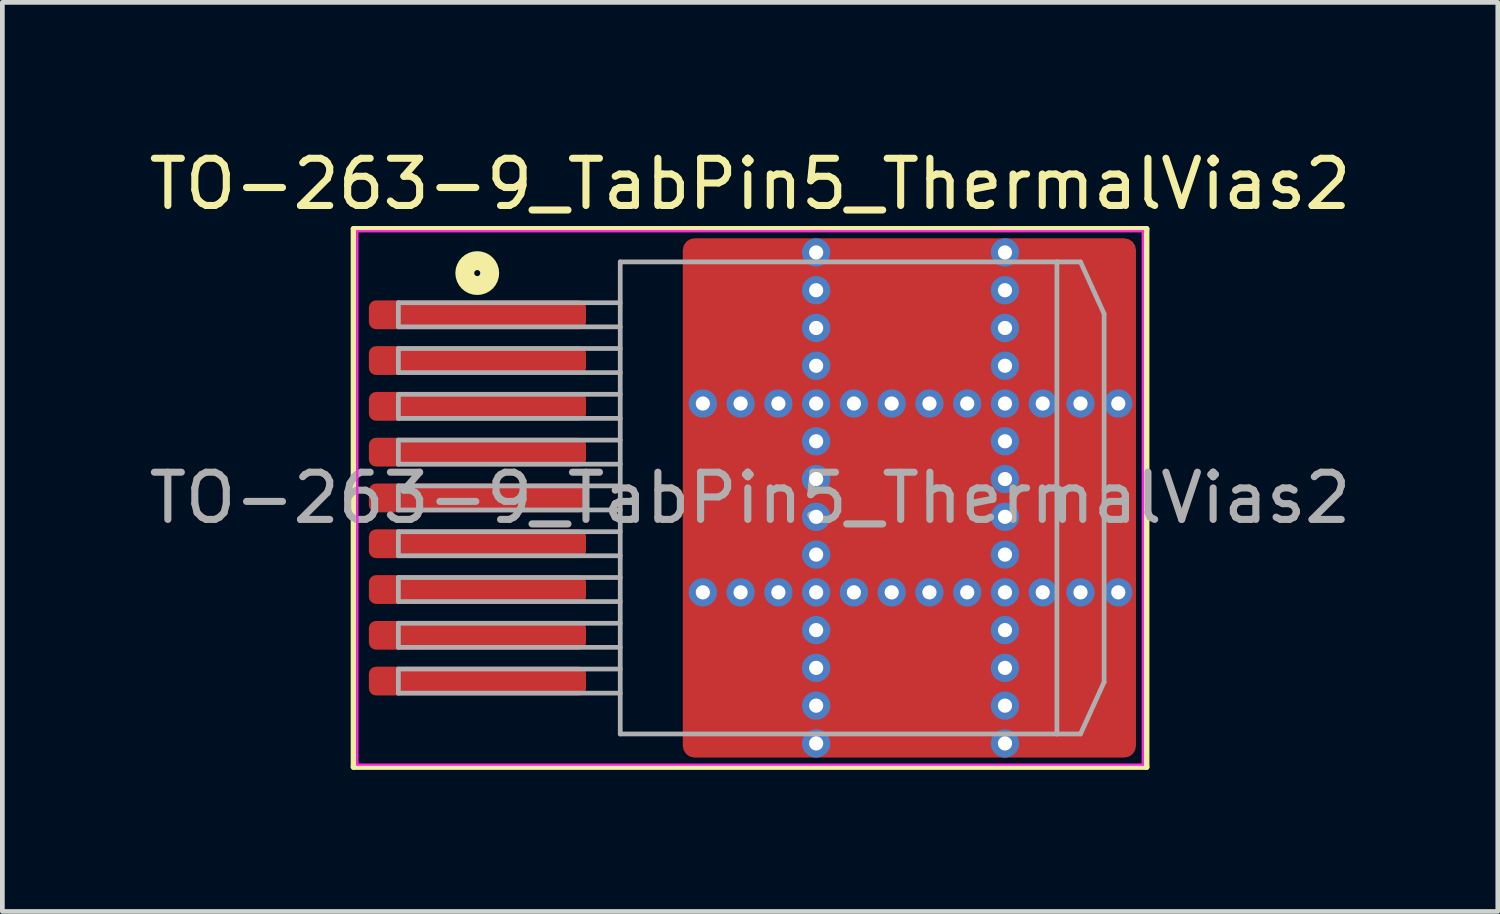
<source format=kicad_pcb>
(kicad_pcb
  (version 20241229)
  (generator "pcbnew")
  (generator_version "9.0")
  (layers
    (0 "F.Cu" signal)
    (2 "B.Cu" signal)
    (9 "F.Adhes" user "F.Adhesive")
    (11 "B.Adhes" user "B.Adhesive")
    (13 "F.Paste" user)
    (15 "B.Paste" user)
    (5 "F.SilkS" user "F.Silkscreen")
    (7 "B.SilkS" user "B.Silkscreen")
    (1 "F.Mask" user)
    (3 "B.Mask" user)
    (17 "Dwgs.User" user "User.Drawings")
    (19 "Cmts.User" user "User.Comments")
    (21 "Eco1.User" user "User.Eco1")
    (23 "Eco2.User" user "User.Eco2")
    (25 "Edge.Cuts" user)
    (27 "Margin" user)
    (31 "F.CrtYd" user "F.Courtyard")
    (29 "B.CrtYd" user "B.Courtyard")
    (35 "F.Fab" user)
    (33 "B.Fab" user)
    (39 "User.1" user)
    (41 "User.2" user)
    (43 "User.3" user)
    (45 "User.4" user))
  (footprint "TO-263-9_TabPin5_ThermalVias2"
    (layer "F.Cu")
    (at 12.839 7.498)
    (property "Reference" "TO-263-9_TabPin5_ThermalVias2" (at 0 -6.65 0) (layer "F.SilkS") (effects (font (size 1 1) (thickness 0.15))))
    (attr smd)
    (fp_line (start -8.4 -5.7) (end -8.4 5.7) (stroke (width 0.12) (type solid)) (layer "F.SilkS"))
    (fp_line (start -8.4 5.7) (end 8.4 5.7) (stroke (width 0.12) (type solid)) (layer "F.SilkS"))
    (fp_line (start 8.4 -5.7) (end -8.4 -5.7) (stroke (width 0.12) (type solid)) (layer "F.SilkS"))
    (fp_line (start 8.4 5.7) (end 8.4 -5.7) (stroke (width 0.12) (type solid)) (layer "F.SilkS"))
    (fp_circle (center -5.779 -4.763) (end -5.715 -4.763) (stroke (width 0.4) (type solid)) (fill no) (layer "F.SilkS"))
    (fp_line (start -8.32 -5.65) (end -8.32 5.65) (stroke (width 0.05) (type solid)) (layer "F.CrtYd"))
    (fp_line (start -8.32 5.65) (end 8.32 5.65) (stroke (width 0.05) (type solid)) (layer "F.CrtYd"))
    (fp_line (start 8.32 -5.65) (end -8.32 -5.65) (stroke (width 0.05) (type solid)) (layer "F.CrtYd"))
    (fp_line (start 8.32 5.65) (end 8.32 -5.65) (stroke (width 0.05) (type solid)) (layer "F.CrtYd"))
    (fp_line (start -7.45 -4.135) (end -7.45 -3.625) (stroke (width 0.1) (type solid)) (layer "F.Fab"))
    (fp_line (start -7.45 -3.625) (end -2.75 -3.625) (stroke (width 0.1) (type solid)) (layer "F.Fab"))
    (fp_line (start -7.45 -3.165) (end -7.45 -2.655) (stroke (width 0.1) (type solid)) (layer "F.Fab"))
    (fp_line (start -7.45 -2.655) (end -2.75 -2.655) (stroke (width 0.1) (type solid)) (layer "F.Fab"))
    (fp_line (start -7.45 -2.195) (end -7.45 -1.685) (stroke (width 0.1) (type solid)) (layer "F.Fab"))
    (fp_line (start -7.45 -1.685) (end -2.75 -1.685) (stroke (width 0.1) (type solid)) (layer "F.Fab"))
    (fp_line (start -7.45 -1.225) (end -7.45 -0.715) (stroke (width 0.1) (type solid)) (layer "F.Fab"))
    (fp_line (start -7.45 -0.715) (end -2.75 -0.715) (stroke (width 0.1) (type solid)) (layer "F.Fab"))
    (fp_line (start -7.45 -0.255) (end -7.45 0.255) (stroke (width 0.1) (type solid)) (layer "F.Fab"))
    (fp_line (start -7.45 0.255) (end -2.75 0.255) (stroke (width 0.1) (type solid)) (layer "F.Fab"))
    (fp_line (start -7.45 0.715) (end -7.45 1.225) (stroke (width 0.1) (type solid)) (layer "F.Fab"))
    (fp_line (start -7.45 1.225) (end -2.75 1.225) (stroke (width 0.1) (type solid)) (layer "F.Fab"))
    (fp_line (start -7.45 1.685) (end -7.45 2.195) (stroke (width 0.1) (type solid)) (layer "F.Fab"))
    (fp_line (start -7.45 2.195) (end -2.75 2.195) (stroke (width 0.1) (type solid)) (layer "F.Fab"))
    (fp_line (start -7.45 2.655) (end -7.45 3.165) (stroke (width 0.1) (type solid)) (layer "F.Fab"))
    (fp_line (start -7.45 3.165) (end -2.75 3.165) (stroke (width 0.1) (type solid)) (layer "F.Fab"))
    (fp_line (start -7.45 3.625) (end -7.45 4.135) (stroke (width 0.1) (type solid)) (layer "F.Fab"))
    (fp_line (start -7.45 4.135) (end -2.75 4.135) (stroke (width 0.1) (type solid)) (layer "F.Fab"))
    (fp_line (start -2.75 -5) (end 6.5 -5) (stroke (width 0.1) (type solid)) (layer "F.Fab"))
    (fp_line (start -2.75 -4.135) (end -7.45 -4.135) (stroke (width 0.1) (type solid)) (layer "F.Fab"))
    (fp_line (start -2.75 -3.165) (end -7.45 -3.165) (stroke (width 0.1) (type solid)) (layer "F.Fab"))
    (fp_line (start -2.75 -2.195) (end -7.45 -2.195) (stroke (width 0.1) (type solid)) (layer "F.Fab"))
    (fp_line (start -2.75 -1.225) (end -7.45 -1.225) (stroke (width 0.1) (type solid)) (layer "F.Fab"))
    (fp_line (start -2.75 -0.255) (end -7.45 -0.255) (stroke (width 0.1) (type solid)) (layer "F.Fab"))
    (fp_line (start -2.75 0.715) (end -7.45 0.715) (stroke (width 0.1) (type solid)) (layer "F.Fab"))
    (fp_line (start -2.75 1.685) (end -7.45 1.685) (stroke (width 0.1) (type solid)) (layer "F.Fab"))
    (fp_line (start -2.75 2.655) (end -7.45 2.655) (stroke (width 0.1) (type solid)) (layer "F.Fab"))
    (fp_line (start -2.75 3.625) (end -7.45 3.625) (stroke (width 0.1) (type solid)) (layer "F.Fab"))
    (fp_line (start -2.75 5) (end -2.75 -5) (stroke (width 0.1) (type solid)) (layer "F.Fab"))
    (fp_line (start 6.5 -5) (end 6.5 5) (stroke (width 0.1) (type solid)) (layer "F.Fab"))
    (fp_line (start 6.5 -5) (end 7 -5) (stroke (width 0.1) (type solid)) (layer "F.Fab"))
    (fp_line (start 6.5 5) (end -2.75 5) (stroke (width 0.1) (type solid)) (layer "F.Fab"))
    (fp_line (start 6.5 5) (end 7 5) (stroke (width 0.1) (type solid)) (layer "F.Fab"))
    (fp_line (start 7 -5) (end 7.5 -3.9) (stroke (width 0.1) (type solid)) (layer "F.Fab"))
    (fp_line (start 7 5) (end 7.5 3.9) (stroke (width 0.1) (type solid)) (layer "F.Fab"))
    (fp_line (start 7.5 -3.9) (end 7.5 3.9) (stroke (width 0.1) (type solid)) (layer "F.Fab"))
    (fp_text user "${REFERENCE}" (at 0 0 0) (layer "F.Fab") (effects (font (size 1 1) (thickness 0.15))))
    (pad "" smd roundrect (at -0.675 -4.6 90) (size 1.2 0.95) (layers "F.Paste") (roundrect_rratio 0.25))
    (pad "" smd roundrect (at -0.675 -3.1 90) (size 1.2 0.95) (layers "F.Paste") (roundrect_rratio 0.25))
    (pad "" smd roundrect (at -0.675 -0.85 90) (size 1.3 0.95) (layers "F.Paste") (roundrect_rratio 0.25))
    (pad "" smd roundrect (at -0.675 0.85 90) (size 1.3 0.95) (layers "F.Paste") (roundrect_rratio 0.25))
    (pad "" smd roundrect (at -0.675 3.1 90) (size 1.2 0.95) (layers "F.Paste") (roundrect_rratio 0.25))
    (pad "" smd roundrect (at -0.675 4.6 90) (size 1.2 0.95) (layers "F.Paste") (roundrect_rratio 0.25))
    (pad "" smd roundrect (at -0.113 -3.85 90) (size 3.1 2.425) (layers "F.Mask") (roundrect_rratio 0.103))
    (pad "" smd roundrect (at -0.113 0 90) (size 3.4 2.425) (layers "F.Mask") (roundrect_rratio 0.103))
    (pad "" smd roundrect (at -0.113 3.85 90) (size 3.1 2.425) (layers "F.Mask") (roundrect_rratio 0.103))
    (pad "" smd roundrect (at 0.475 -4.6 90) (size 1.2 0.95) (layers "F.Paste") (roundrect_rratio 0.25))
    (pad "" smd roundrect (at 0.475 -3.1 90) (size 1.2 0.95) (layers "F.Paste") (roundrect_rratio 0.25))
    (pad "" smd roundrect (at 0.475 -0.85 90) (size 1.3 0.95) (layers "F.Paste") (roundrect_rratio 0.25))
    (pad "" smd roundrect (at 0.475 0.85 90) (size 1.3 0.95) (layers "F.Paste") (roundrect_rratio 0.25))
    (pad "" smd roundrect (at 0.475 3.1 90) (size 1.2 0.95) (layers "F.Paste") (roundrect_rratio 0.25))
    (pad "" smd roundrect (at 0.475 4.6 90) (size 1.2 0.95) (layers "F.Paste") (roundrect_rratio 0.25))
    (pad "" smd roundrect (at 2.55 -4.6 90) (size 1.2 1.3) (layers "F.Paste") (roundrect_rratio 0.208))
    (pad "" smd roundrect (at 2.55 -3.1 90) (size 1.2 1.3) (layers "F.Paste") (roundrect_rratio 0.208))
    (pad "" smd roundrect (at 2.55 -0.85 90) (size 1.3 1.3) (layers "F.Paste") (roundrect_rratio 0.192))
    (pad "" smd roundrect (at 2.55 0.85 90) (size 1.3 1.3) (layers "F.Paste") (roundrect_rratio 0.192))
    (pad "" smd roundrect (at 2.55 3.1 90) (size 1.2 1.3) (layers "F.Paste") (roundrect_rratio 0.208))
    (pad "" smd roundrect (at 2.55 4.6 90) (size 1.2 1.3) (layers "F.Paste") (roundrect_rratio 0.208))
    (pad "" smd roundrect (at 3.4 -3.85 90) (size 3.1 3.4) (layers "F.Mask") (roundrect_rratio 0.081))
    (pad "" smd roundrect (at 3.4 0 90) (size 3.4 3.4) (layers "F.Mask") (roundrect_rratio 0.074))
    (pad "" smd roundrect (at 3.4 3.85 90) (size 3.1 3.4) (layers "F.Mask") (roundrect_rratio 0.081))
    (pad "" smd roundrect (at 4.25 -4.6 90) (size 1.2 1.3) (layers "F.Paste") (roundrect_rratio 0.208))
    (pad "" smd roundrect (at 4.25 -3.1 90) (size 1.2 1.3) (layers "F.Paste") (roundrect_rratio 0.208))
    (pad "" smd roundrect (at 4.25 -0.85 90) (size 1.3 1.3) (layers "F.Paste") (roundrect_rratio 0.192))
    (pad "" smd roundrect (at 4.25 0.85 90) (size 1.3 1.3) (layers "F.Paste") (roundrect_rratio 0.192))
    (pad "" smd roundrect (at 4.25 3.1 90) (size 1.2 1.3) (layers "F.Paste") (roundrect_rratio 0.208))
    (pad "" smd roundrect (at 4.25 4.6 90) (size 1.2 1.3) (layers "F.Paste") (roundrect_rratio 0.208))
    (pad "" smd roundrect (at 6.325 -4.6 90) (size 1.2 0.95) (layers "F.Paste") (roundrect_rratio 0.25))
    (pad "" smd roundrect (at 6.325 -3.1 90) (size 1.2 0.95) (layers "F.Paste") (roundrect_rratio 0.25))
    (pad "" smd roundrect (at 6.325 -0.85 90) (size 1.3 0.95) (layers "F.Paste") (roundrect_rratio 0.25))
    (pad "" smd roundrect (at 6.325 0.85 90) (size 1.3 0.95) (layers "F.Paste") (roundrect_rratio 0.25))
    (pad "" smd roundrect (at 6.325 3.1 90) (size 1.2 0.95) (layers "F.Paste") (roundrect_rratio 0.25))
    (pad "" smd roundrect (at 6.325 4.6 90) (size 1.2 0.95) (layers "F.Paste") (roundrect_rratio 0.25))
    (pad "" smd roundrect (at 6.888 -3.85 90) (size 3.1 2.375) (layers "F.Mask") (roundrect_rratio 0.105))
    (pad "" smd roundrect (at 6.888 0 90) (size 3.4 2.375) (layers "F.Mask") (roundrect_rratio 0.105))
    (pad "" smd roundrect (at 6.888 3.85 90) (size 3.1 2.375) (layers "F.Mask") (roundrect_rratio 0.105))
    (pad "" smd roundrect (at 7.475 -4.6 90) (size 1.2 0.95) (layers "F.Paste") (roundrect_rratio 0.25))
    (pad "" smd roundrect (at 7.475 -3.1 90) (size 1.2 0.95) (layers "F.Paste") (roundrect_rratio 0.25))
    (pad "" smd roundrect (at 7.475 -0.85 90) (size 1.3 0.95) (layers "F.Paste") (roundrect_rratio 0.25))
    (pad "" smd roundrect (at 7.475 0.85 90) (size 1.3 0.95) (layers "F.Paste") (roundrect_rratio 0.25))
    (pad "" smd roundrect (at 7.475 3.1 90) (size 1.2 0.95) (layers "F.Paste") (roundrect_rratio 0.25))
    (pad "" smd roundrect (at 7.475 4.6 90) (size 1.2 0.95) (layers "F.Paste") (roundrect_rratio 0.25))
    (pad "1" smd roundrect (at -5.775 -3.88) (size 4.6 0.61) (layers "F.Cu" "F.Mask" "F.Paste") (roundrect_rratio 0.25))
    (pad "2" smd roundrect (at -5.775 -2.91) (size 4.6 0.61) (layers "F.Cu" "F.Mask" "F.Paste") (roundrect_rratio 0.25))
    (pad "3" smd roundrect (at -5.775 -1.94) (size 4.6 0.61) (layers "F.Cu" "F.Mask" "F.Paste") (roundrect_rratio 0.25))
    (pad "4" smd roundrect (at -5.775 -0.97) (size 4.6 0.61) (layers "F.Cu" "F.Mask" "F.Paste") (roundrect_rratio 0.25))
    (pad "5" smd roundrect (at -5.775 0) (size 4.6 0.61) (layers "F.Cu" "F.Mask" "F.Paste") (roundrect_rratio 0.25))
    (pad "5" thru_hole circle (at -1 -2) (size 0.6 0.6) (drill 0.3) (property pad_prop_heatsink) (layers "*.Cu" "*.Mask"))
    (pad "5" thru_hole circle (at -1 2) (size 0.6 0.6) (drill 0.3) (property pad_prop_heatsink) (layers "*.Cu" "*.Mask"))
    (pad "5" thru_hole circle (at -0.2 -2) (size 0.6 0.6) (drill 0.3) (property pad_prop_heatsink) (layers "*.Cu" "*.Mask"))
    (pad "5" thru_hole circle (at -0.2 2) (size 0.6 0.6) (drill 0.3) (property pad_prop_heatsink) (layers "*.Cu" "*.Mask"))
    (pad "5" thru_hole circle (at 0.6 -2) (size 0.6 0.6) (drill 0.3) (property pad_prop_heatsink) (layers "*.Cu" "*.Mask"))
    (pad "5" thru_hole circle (at 0.6 2) (size 0.6 0.6) (drill 0.3) (property pad_prop_heatsink) (layers "*.Cu" "*.Mask"))
    (pad "5" thru_hole circle (at 1.4 -5.2) (size 0.6 0.6) (drill 0.3) (property pad_prop_heatsink) (layers "*.Cu" "*.Mask"))
    (pad "5" thru_hole circle (at 1.4 -4.4) (size 0.6 0.6) (drill 0.3) (property pad_prop_heatsink) (layers "*.Cu" "*.Mask"))
    (pad "5" thru_hole circle (at 1.4 -3.6) (size 0.6 0.6) (drill 0.3) (property pad_prop_heatsink) (layers "*.Cu" "*.Mask"))
    (pad "5" thru_hole circle (at 1.4 -2.8) (size 0.6 0.6) (drill 0.3) (property pad_prop_heatsink) (layers "*.Cu" "*.Mask"))
    (pad "5" thru_hole circle (at 1.4 -2) (size 0.6 0.6) (drill 0.3) (property pad_prop_heatsink) (layers "*.Cu" "*.Mask"))
    (pad "5" thru_hole circle (at 1.4 -1.2) (size 0.6 0.6) (drill 0.3) (property pad_prop_heatsink) (layers "*.Cu" "*.Mask"))
    (pad "5" thru_hole circle (at 1.4 -0.4) (size 0.6 0.6) (drill 0.3) (property pad_prop_heatsink) (layers "*.Cu" "*.Mask"))
    (pad "5" thru_hole circle (at 1.4 0.4) (size 0.6 0.6) (drill 0.3) (property pad_prop_heatsink) (layers "*.Cu" "*.Mask"))
    (pad "5" thru_hole circle (at 1.4 1.2) (size 0.6 0.6) (drill 0.3) (property pad_prop_heatsink) (layers "*.Cu" "*.Mask"))
    (pad "5" thru_hole circle (at 1.4 2) (size 0.6 0.6) (drill 0.3) (property pad_prop_heatsink) (layers "*.Cu" "*.Mask"))
    (pad "5" thru_hole circle (at 1.4 2.8) (size 0.6 0.6) (drill 0.3) (property pad_prop_heatsink) (layers "*.Cu" "*.Mask"))
    (pad "5" thru_hole circle (at 1.4 3.6) (size 0.6 0.6) (drill 0.3) (property pad_prop_heatsink) (layers "*.Cu" "*.Mask"))
    (pad "5" thru_hole circle (at 1.4 4.4) (size 0.6 0.6) (drill 0.3) (property pad_prop_heatsink) (layers "*.Cu" "*.Mask"))
    (pad "5" thru_hole circle (at 1.4 5.2) (size 0.6 0.6) (drill 0.3) (property pad_prop_heatsink) (layers "*.Cu" "*.Mask"))
    (pad "5" thru_hole circle (at 2.2 -2) (size 0.6 0.6) (drill 0.3) (property pad_prop_heatsink) (layers "*.Cu" "*.Mask"))
    (pad "5" thru_hole circle (at 2.2 2) (size 0.6 0.6) (drill 0.3) (property pad_prop_heatsink) (layers "*.Cu" "*.Mask"))
    (pad "5" thru_hole circle (at 3 -2) (size 0.6 0.6) (drill 0.3) (property pad_prop_heatsink) (layers "*.Cu" "*.Mask"))
    (pad "5" thru_hole circle (at 3 2) (size 0.6 0.6) (drill 0.3) (property pad_prop_heatsink) (layers "*.Cu" "*.Mask"))
    (pad "5" smd roundrect (at 3.375 0) (size 9.6 11) (layers "F.Cu") (roundrect_rratio 0.026))
    (pad "5" thru_hole circle (at 3.8 -2) (size 0.6 0.6) (drill 0.3) (property pad_prop_heatsink) (layers "*.Cu" "*.Mask"))
    (pad "5" thru_hole circle (at 3.8 2) (size 0.6 0.6) (drill 0.3) (property pad_prop_heatsink) (layers "*.Cu" "*.Mask"))
    (pad "5" thru_hole circle (at 4.6 -2) (size 0.6 0.6) (drill 0.3) (property pad_prop_heatsink) (layers "*.Cu" "*.Mask"))
    (pad "5" thru_hole circle (at 4.6 2) (size 0.6 0.6) (drill 0.3) (property pad_prop_heatsink) (layers "*.Cu" "*.Mask"))
    (pad "5" thru_hole circle (at 5.4 -5.2) (size 0.6 0.6) (drill 0.3) (property pad_prop_heatsink) (layers "*.Cu" "*.Mask"))
    (pad "5" thru_hole circle (at 5.4 -4.4) (size 0.6 0.6) (drill 0.3) (property pad_prop_heatsink) (layers "*.Cu" "*.Mask"))
    (pad "5" thru_hole circle (at 5.4 -3.6) (size 0.6 0.6) (drill 0.3) (property pad_prop_heatsink) (layers "*.Cu" "*.Mask"))
    (pad "5" thru_hole circle (at 5.4 -2.8) (size 0.6 0.6) (drill 0.3) (property pad_prop_heatsink) (layers "*.Cu" "*.Mask"))
    (pad "5" thru_hole circle (at 5.4 -2) (size 0.6 0.6) (drill 0.3) (property pad_prop_heatsink) (layers "*.Cu" "*.Mask"))
    (pad "5" thru_hole circle (at 5.4 -1.2) (size 0.6 0.6) (drill 0.3) (property pad_prop_heatsink) (layers "*.Cu" "*.Mask"))
    (pad "5" thru_hole circle (at 5.4 -0.4) (size 0.6 0.6) (drill 0.3) (property pad_prop_heatsink) (layers "*.Cu" "*.Mask"))
    (pad "5" thru_hole circle (at 5.4 0.4) (size 0.6 0.6) (drill 0.3) (property pad_prop_heatsink) (layers "*.Cu" "*.Mask"))
    (pad "5" thru_hole circle (at 5.4 1.2) (size 0.6 0.6) (drill 0.3) (property pad_prop_heatsink) (layers "*.Cu" "*.Mask"))
    (pad "5" thru_hole circle (at 5.4 2) (size 0.6 0.6) (drill 0.3) (property pad_prop_heatsink) (layers "*.Cu" "*.Mask"))
    (pad "5" thru_hole circle (at 5.4 2.8) (size 0.6 0.6) (drill 0.3) (property pad_prop_heatsink) (layers "*.Cu" "*.Mask"))
    (pad "5" thru_hole circle (at 5.4 3.6) (size 0.6 0.6) (drill 0.3) (property pad_prop_heatsink) (layers "*.Cu" "*.Mask"))
    (pad "5" thru_hole circle (at 5.4 4.4) (size 0.6 0.6) (drill 0.3) (property pad_prop_heatsink) (layers "*.Cu" "*.Mask"))
    (pad "5" thru_hole circle (at 5.4 5.2) (size 0.6 0.6) (drill 0.3) (property pad_prop_heatsink) (layers "*.Cu" "*.Mask"))
    (pad "5" thru_hole circle (at 6.2 -2) (size 0.6 0.6) (drill 0.3) (property pad_prop_heatsink) (layers "*.Cu" "*.Mask"))
    (pad "5" thru_hole circle (at 6.2 2) (size 0.6 0.6) (drill 0.3) (property pad_prop_heatsink) (layers "*.Cu" "*.Mask"))
    (pad "5" thru_hole circle (at 7 -2) (size 0.6 0.6) (drill 0.3) (property pad_prop_heatsink) (layers "*.Cu" "*.Mask"))
    (pad "5" thru_hole circle (at 7 2) (size 0.6 0.6) (drill 0.3) (property pad_prop_heatsink) (layers "*.Cu" "*.Mask"))
    (pad "5" thru_hole circle (at 7.8 -2) (size 0.6 0.6) (drill 0.3) (property pad_prop_heatsink) (layers "*.Cu" "*.Mask"))
    (pad "5" thru_hole circle (at 7.8 2) (size 0.6 0.6) (drill 0.3) (property pad_prop_heatsink) (layers "*.Cu" "*.Mask"))
    (pad "6" smd roundrect (at -5.775 0.97) (size 4.6 0.61) (layers "F.Cu" "F.Mask" "F.Paste") (roundrect_rratio 0.25))
    (pad "7" smd roundrect (at -5.775 1.94) (size 4.6 0.61) (layers "F.Cu" "F.Mask" "F.Paste") (roundrect_rratio 0.25))
    (pad "8" smd roundrect (at -5.775 2.91) (size 4.6 0.61) (layers "F.Cu" "F.Mask" "F.Paste") (roundrect_rratio 0.25))
    (pad "9" smd roundrect (at -5.775 3.88) (size 4.6 0.61) (layers "F.Cu" "F.Mask" "F.Paste") (roundrect_rratio 0.25)))
  (gr_rect
    (start -3 -3)
    (end 28.679 16.258)
    (stroke (width 0.1) (type default))
    (fill no)
    (layer "Edge.Cuts")))
</source>
